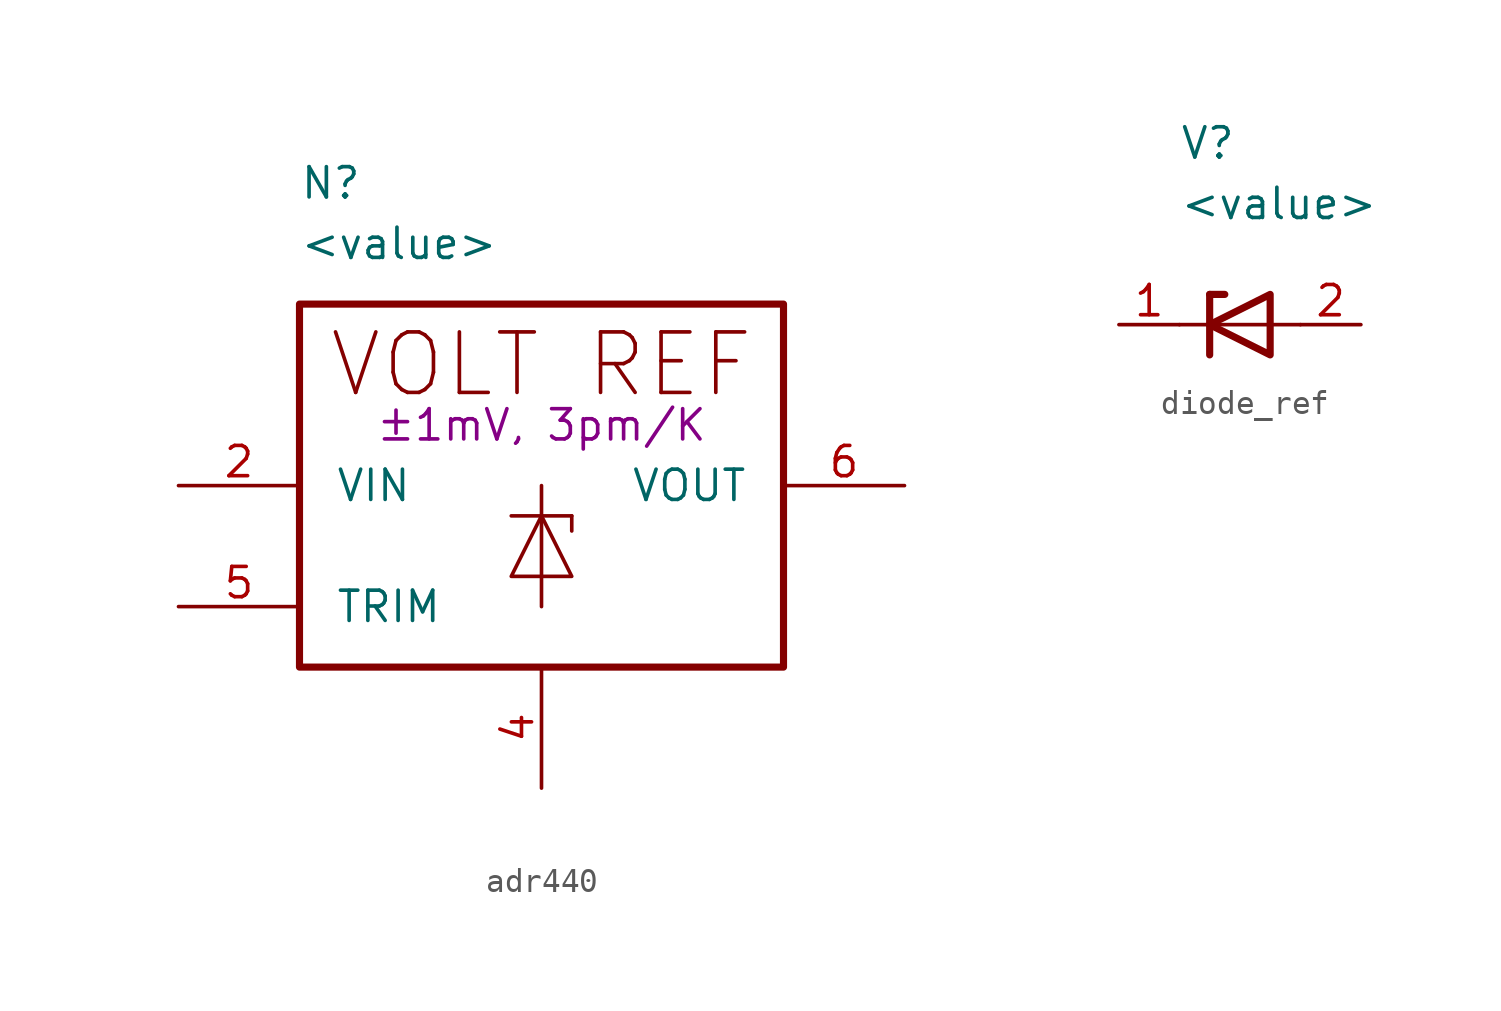
<source format=kicad_sym>
(kicad_symbol_lib
  (version 20231120)
  (generator "kicad_symbol_editor")
  (generator_version "8.0")
  (symbol "adr440"
    (pin_names
      (offset 1.5))
    (property "Reference" "N"
      (at -10.16 12.7 0)
      (effects (font (size 1.27 1.27)) (justify left)))
    (property "Value" "<value>"
      (at -10.16 10.16 0)
      (effects (font (size 1.27 1.27)) (justify left)))
    (property "Remarks" "±1mV, 3pm/K"
      (at 0 2.54 0)
      (do_not_autoplace)
      (effects (font (size 1.27 1.27))))
    (symbol "adr440_0_1"
      (rectangle (start -10.16 7.62) (end 10.16 -7.62) (stroke (width 0.3) (type default)) (fill (type none)))
      (polyline (pts (xy -1.27 -1.27) (xy 1.27 -1.27)) (stroke (width 0) (type default)) (fill (type none)))
      (polyline (pts (xy 0 -5.08) (xy 0 0)) (stroke (width 0) (type default)) (fill (type none)))
      (polyline (pts (xy 1.27 -1.27) (xy 1.27 -1.905)) (stroke (width 0) (type default)) (fill (type none)))
      (polyline (pts (xy -1.27 -3.81) (xy 1.27 -3.81) (xy 0 -1.27) (xy -1.27 -3.81)) (stroke (width 0) (type default)) (fill (type none))))
    (symbol "adr440_1_1"
      (text "VOLT REF" (at 0 5.08 0) (effects (font (size 2.54 2.54))))
      (pin power_in line (at -15.24 0 0) (length 5.08) (name "VIN" (effects (font (size 1.27 1.27)))) (number "2" (effects (font (size 1.27 1.27)))))
      (pin power_in line (at 0 -12.7 90) (length 5.08) (name "" (effects (font (size 1.27 1.27)))) (number "4" (effects (font (size 1.27 1.27)))))
      (pin input line (at -15.24 -5.08 0) (length 5.08) (name "TRIM" (effects (font (size 1.27 1.27)))) (number "5" (effects (font (size 1.27 1.27)))))
      (pin output line (at 15.24 0 180) (length 5.08) (name "VOUT" (effects (font (size 1.27 1.27)))) (number "6" (effects (font (size 1.27 1.27)))))))
  (symbol "diode_ref"
    (pin_names hide)
    (property "Reference" "V"
      (at -2.54 7.62 0)
      (effects (font (size 1.27 1.27)) (justify left)))
    (property "Value" "<value>"
      (at -2.54 5.08 0)
      (effects (font (size 1.27 1.27)) (justify left)))
    (symbol "diode_ref_0_1"
      (polyline (pts (xy -1.27 -1.27) (xy -1.27 1.27)) (stroke (width 0.3) (type default)) (fill (type none)))
      (polyline (pts (xy -1.27 1.27) (xy -0.635 1.27)) (stroke (width 0.3) (type default)) (fill (type none)))
      (polyline (pts (xy 2.54 0) (xy -2.54 0)) (stroke (width 0) (type default)) (fill (type none)))
      (polyline (pts (xy 1.27 -1.27) (xy 1.27 1.27) (xy -1.27 0) (xy 1.27 -1.27)) (stroke (width 0.3) (type default)) (fill (type none))))
    (symbol "diode_ref_1_1"
      (pin passive line (at -5.08 0 0) (length 2.54) (name "1" (effects (font (size 1.27 1.27)))) (number "1" (effects (font (size 1.27 1.27)))))
      (pin passive line (at 5.08 0 180) (length 2.54) (name "2" (effects (font (size 1.27 1.27)))) (number "2" (effects (font (size 1.27 1.27))))))))
</source>
